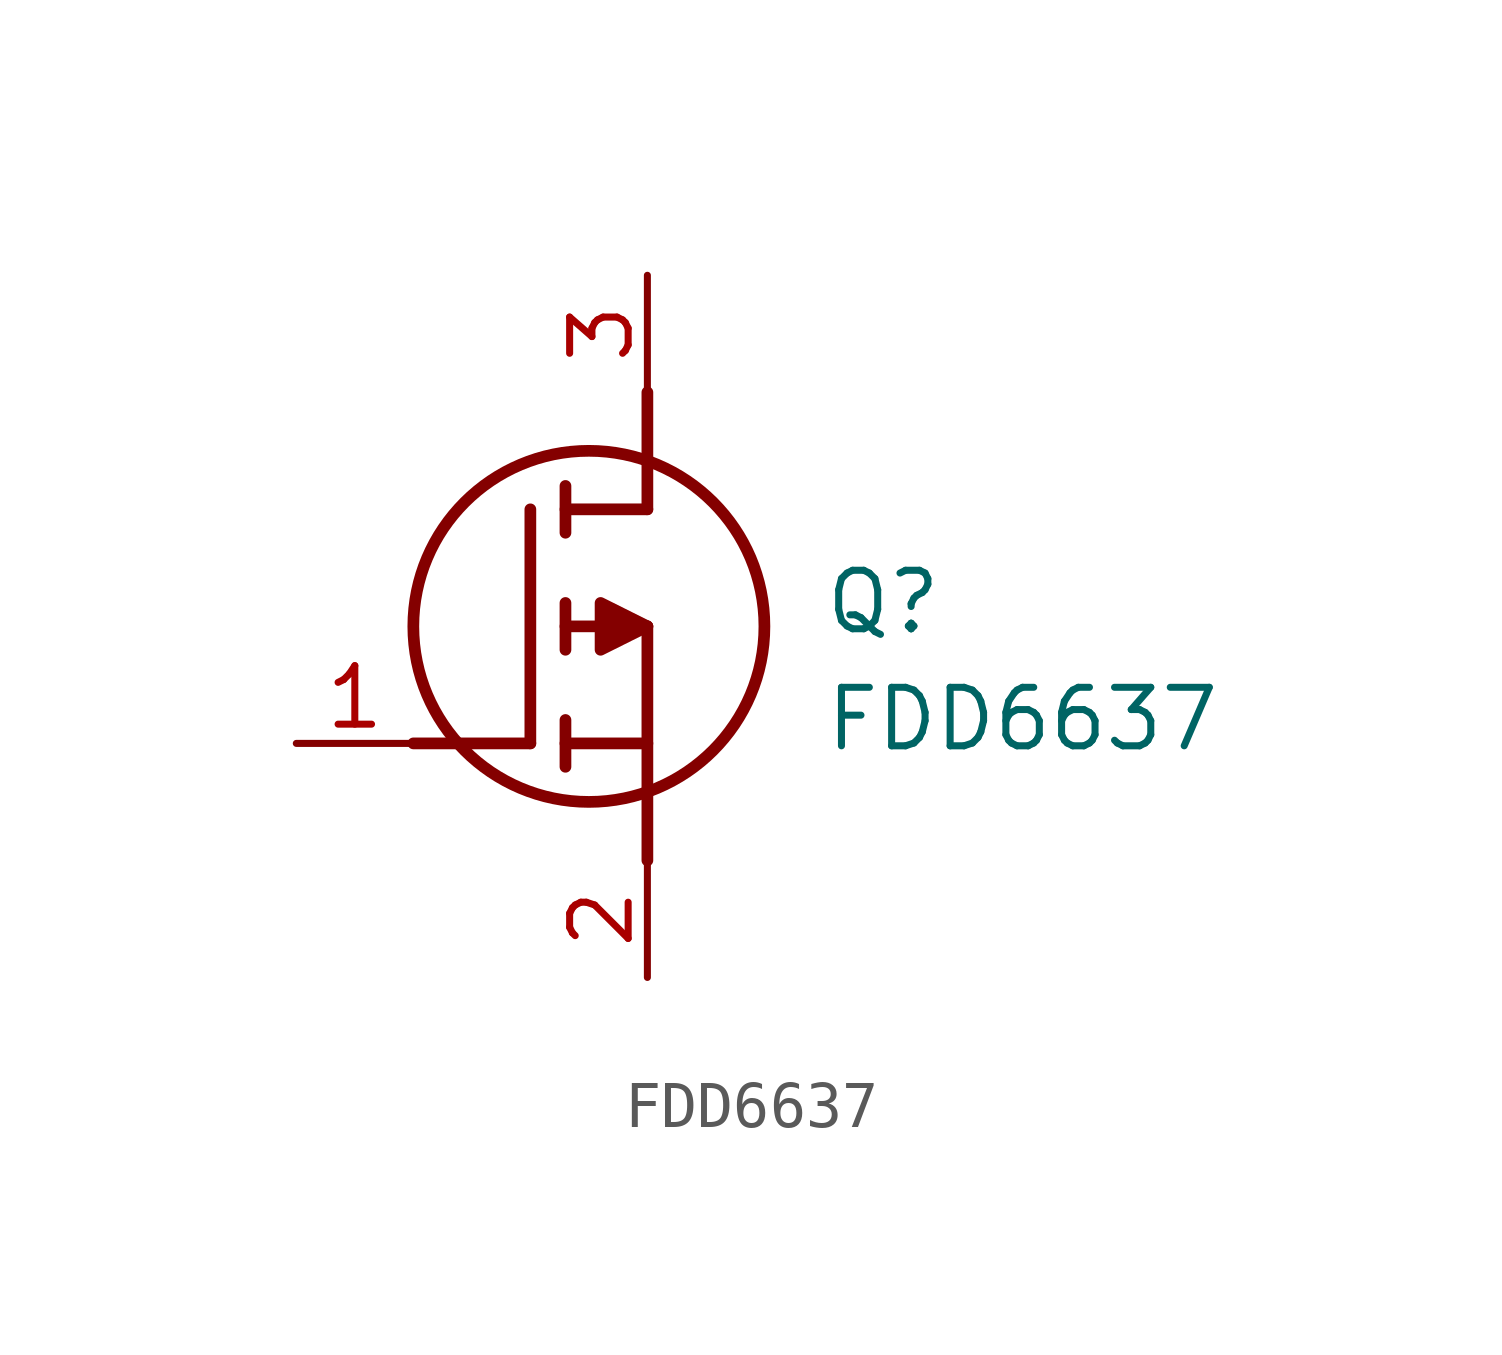
<source format=kicad_sym>
(kicad_symbol_lib
  (version 20211014)
  (generator SamacSys_ECAD_Model)
  (symbol "FDD6637"
    (pin_names hide)
    (property "Reference" "Q"
      (at 11.43 3.81 0)
      (effects (font (size 1.27 1.27)) (justify left top)))
    (property "Value" "FDD6637"
      (at 11.43 1.27 0)
      (effects (font (size 1.27 1.27)) (justify left top)))
    (polyline
      (pts (xy 7.62 2.54) (xy 7.62 -2.54))
      (stroke (width 0.254) (type default))
      (fill (type none)))
    (polyline
      (pts (xy 7.62 5.08) (xy 7.62 7.62))
      (stroke (width 0.254) (type default))
      (fill (type none)))
    (polyline
      (pts (xy 2.54 0) (xy 5.08 0))
      (stroke (width 0.254) (type default))
      (fill (type none)))
    (polyline
      (pts (xy 5.08 5.08) (xy 5.08 0))
      (stroke (width 0.254) (type default))
      (fill (type none)))
    (polyline
      (pts (xy 7.62 2.54) (xy 5.842 2.54))
      (stroke (width 0.254) (type default))
      (fill (type none)))
    (polyline
      (pts (xy 7.62 5.08) (xy 5.842 5.08))
      (stroke (width 0.254) (type default))
      (fill (type none)))
    (polyline
      (pts (xy 5.842 0) (xy 7.62 0))
      (stroke (width 0.254) (type default))
      (fill (type none)))
    (polyline
      (pts (xy 5.842 5.588) (xy 5.842 4.572))
      (stroke (width 0.254) (type default))
      (fill (type none)))
    (polyline
      (pts (xy 5.842 -0.508) (xy 5.842 0.508))
      (stroke (width 0.254) (type default))
      (fill (type none)))
    (polyline
      (pts (xy 5.842 2.032) (xy 5.842 3.048))
      (stroke (width 0.254) (type default))
      (fill (type none)))
    (circle
      (center 6.35 2.54)
      (radius 3.81)
      (stroke (width 0.254) (type default))
      (fill (type none)))
    (polyline
      (pts (xy 7.62 2.54) (xy 6.604 3.048) (xy 6.604 2.032) (xy 7.62 2.54))
      (stroke (width 0.254) (type default))
      (fill (type outline)))
    (pin passive line
      (at 0 0 0)
      (length 2.54)
      (name "G" (effects (font (size 1.27 1.27))))
      (number "1" (effects (font (size 1.27 1.27)))))
    (pin passive line
      (at 7.62 10.16 270)
      (length 2.54)
      (name "D" (effects (font (size 1.27 1.27))))
      (number "3" (effects (font (size 1.27 1.27)))))
    (pin passive line
      (at 7.62 -5.08 90)
      (length 2.54)
      (name "S" (effects (font (size 1.27 1.27))))
      (number "2" (effects (font (size 1.27 1.27)))))))
</source>
